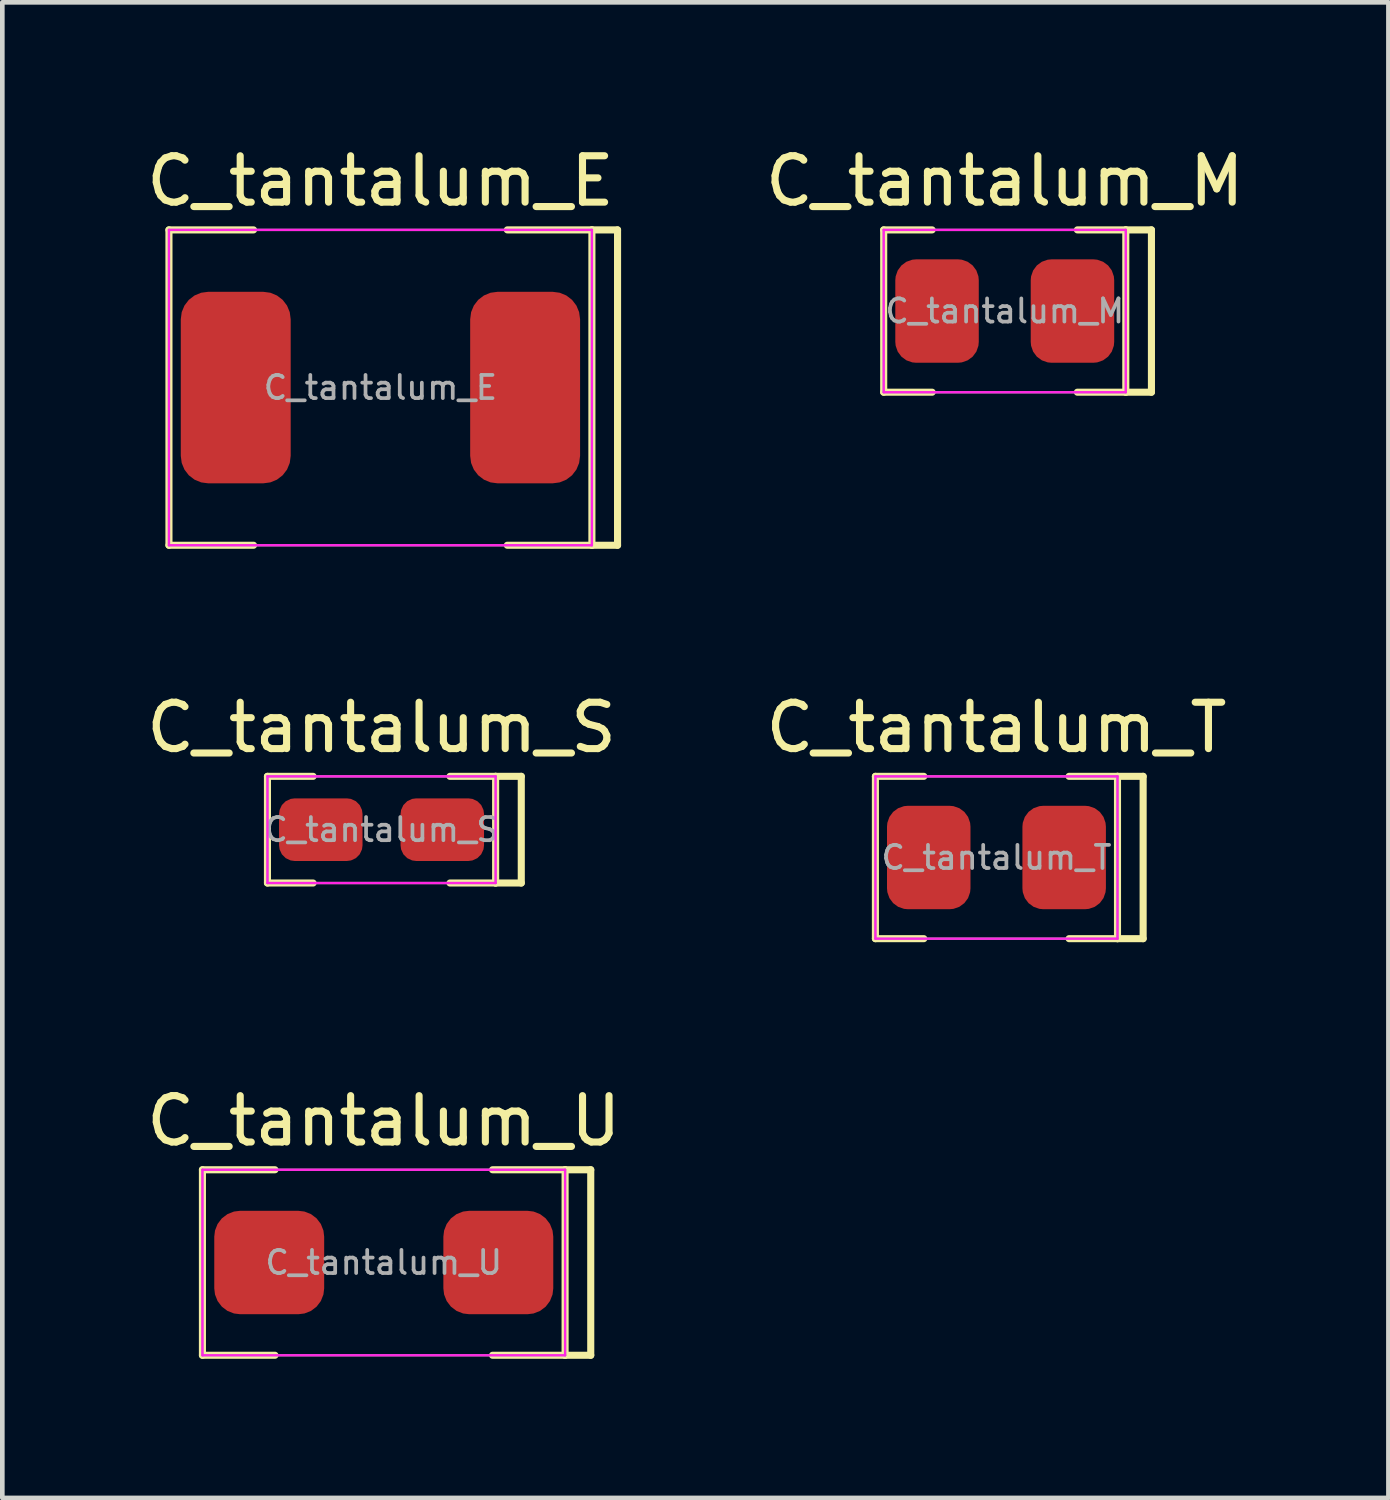
<source format=kicad_pcb>
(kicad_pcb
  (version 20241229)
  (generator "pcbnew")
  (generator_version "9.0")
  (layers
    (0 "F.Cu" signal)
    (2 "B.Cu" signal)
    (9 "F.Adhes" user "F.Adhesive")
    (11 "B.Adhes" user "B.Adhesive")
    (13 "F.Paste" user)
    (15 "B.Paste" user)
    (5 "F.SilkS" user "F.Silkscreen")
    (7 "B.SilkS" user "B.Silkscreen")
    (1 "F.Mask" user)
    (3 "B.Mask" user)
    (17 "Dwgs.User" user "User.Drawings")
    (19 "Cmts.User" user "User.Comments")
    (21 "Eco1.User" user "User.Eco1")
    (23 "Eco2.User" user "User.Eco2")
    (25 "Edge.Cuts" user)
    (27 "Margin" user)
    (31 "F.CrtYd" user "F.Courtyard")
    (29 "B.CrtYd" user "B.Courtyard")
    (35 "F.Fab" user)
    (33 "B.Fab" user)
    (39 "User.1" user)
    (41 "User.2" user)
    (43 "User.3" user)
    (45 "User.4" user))
  (footprint "C_tantalum_S"
    (layer "F.Cu")
    (at 5.177 14.84)
    (property "Reference" "C_tantalum_S" (at 0 -2.203 0) (layer "F.SilkS") (effects (font (size 1 1) (thickness 0.153))))
    (attr smd)
    (fp_line (start -2.46 -1.15) (end -2.46 1.15) (stroke (width 0.153) (type default)) (layer "F.SilkS"))
    (fp_line (start -2.46 -1.15) (end -1.476 -1.15) (stroke (width 0.153) (type default)) (layer "F.SilkS"))
    (fp_line (start -2.46 1.15) (end -1.476 1.15) (stroke (width 0.153) (type default)) (layer "F.SilkS"))
    (fp_line (start 2.46 -1.15) (end 1.476 -1.15) (stroke (width 0.153) (type default)) (layer "F.SilkS"))
    (fp_line (start 2.46 -1.15) (end 2.46 1.15) (stroke (width 0.153) (type default)) (layer "F.SilkS"))
    (fp_line (start 2.46 -1.15) (end 3.013 -1.15) (stroke (width 0.153) (type default)) (layer "F.SilkS"))
    (fp_line (start 2.46 1.15) (end 1.476 1.15) (stroke (width 0.153) (type default)) (layer "F.SilkS"))
    (fp_line (start 2.46 1.15) (end 3.013 1.15) (stroke (width 0.153) (type default)) (layer "F.SilkS"))
    (fp_line (start 3.013 -1.15) (end 3.013 1.15) (stroke (width 0.153) (type default)) (layer "F.SilkS"))
    (fp_line (start -2.46 -1.15) (end 2.46 -1.15) (stroke (width 0.05) (type default)) (layer "F.CrtYd"))
    (fp_line (start -2.46 1.15) (end -2.46 -1.15) (stroke (width 0.05) (type default)) (layer "F.CrtYd"))
    (fp_line (start 2.46 -1.15) (end 2.46 1.15) (stroke (width 0.05) (type default)) (layer "F.CrtYd"))
    (fp_line (start 2.46 1.15) (end -2.46 1.15) (stroke (width 0.05) (type default)) (layer "F.CrtYd"))
    (fp_line (start -2.46 -1.15) (end 2.46 -1.15) (stroke (width 0.05) (type default)) (layer "F.Fab"))
    (fp_line (start -2.46 1.15) (end -2.46 -1.15) (stroke (width 0.05) (type default)) (layer "F.Fab"))
    (fp_line (start 2.46 -1.15) (end 2.46 1.15) (stroke (width 0.05) (type default)) (layer "F.Fab"))
    (fp_line (start 2.46 1.15) (end -2.46 1.15) (stroke (width 0.05) (type default)) (layer "F.Fab"))
    (fp_text user "${REFERENCE}" (at 0 0 0) (layer "F.Fab") (effects (font (size 0.5 0.5) (thickness 0.08))))
    (pad "N" smd roundrect (at -1.31 0) (size 1.8 1.35) (layers "F.Cu" "F.Mask" "F.Paste") (roundrect_rratio 0.25))
    (pad "P" smd roundrect (at 1.31 0) (size 1.8 1.35) (layers "F.Cu" "F.Mask" "F.Paste") (roundrect_rratio 0.25)))
  (footprint "C_tantalum_T"
    (layer "F.Cu")
    (at 18.436 15.44)
    (property "Reference" "C_tantalum_T" (at 0 -2.803 0) (layer "F.SilkS") (effects (font (size 1 1) (thickness 0.153))))
    (attr smd)
    (fp_line (start -2.61 -1.75) (end -2.61 1.75) (stroke (width 0.153) (type default)) (layer "F.SilkS"))
    (fp_line (start -2.61 -1.75) (end -1.566 -1.75) (stroke (width 0.153) (type default)) (layer "F.SilkS"))
    (fp_line (start -2.61 1.75) (end -1.566 1.75) (stroke (width 0.153) (type default)) (layer "F.SilkS"))
    (fp_line (start 2.61 -1.75) (end 1.566 -1.75) (stroke (width 0.153) (type default)) (layer "F.SilkS"))
    (fp_line (start 2.61 -1.75) (end 2.61 1.75) (stroke (width 0.153) (type default)) (layer "F.SilkS"))
    (fp_line (start 2.61 -1.75) (end 3.163 -1.75) (stroke (width 0.153) (type default)) (layer "F.SilkS"))
    (fp_line (start 2.61 1.75) (end 1.566 1.75) (stroke (width 0.153) (type default)) (layer "F.SilkS"))
    (fp_line (start 2.61 1.75) (end 3.163 1.75) (stroke (width 0.153) (type default)) (layer "F.SilkS"))
    (fp_line (start 3.163 -1.75) (end 3.163 1.75) (stroke (width 0.153) (type default)) (layer "F.SilkS"))
    (fp_line (start -2.61 -1.75) (end 2.61 -1.75) (stroke (width 0.05) (type default)) (layer "F.CrtYd"))
    (fp_line (start -2.61 1.75) (end -2.61 -1.75) (stroke (width 0.05) (type default)) (layer "F.CrtYd"))
    (fp_line (start 2.61 -1.75) (end 2.61 1.75) (stroke (width 0.05) (type default)) (layer "F.CrtYd"))
    (fp_line (start 2.61 1.75) (end -2.61 1.75) (stroke (width 0.05) (type default)) (layer "F.CrtYd"))
    (fp_line (start -2.61 -1.75) (end 2.61 -1.75) (stroke (width 0.05) (type default)) (layer "F.Fab"))
    (fp_line (start -2.61 1.75) (end -2.61 -1.75) (stroke (width 0.05) (type default)) (layer "F.Fab"))
    (fp_line (start 2.61 -1.75) (end 2.61 1.75) (stroke (width 0.05) (type default)) (layer "F.Fab"))
    (fp_line (start 2.61 1.75) (end -2.61 1.75) (stroke (width 0.05) (type default)) (layer "F.Fab"))
    (fp_text user "${REFERENCE}" (at 0 0 0) (layer "F.Fab") (effects (font (size 0.5 0.5) (thickness 0.08))))
    (pad "N" smd roundrect (at -1.46 0) (size 1.8 2.23) (layers "F.Cu" "F.Mask" "F.Paste") (roundrect_rratio 0.25))
    (pad "P" smd roundrect (at 1.46 0) (size 1.8 2.23) (layers "F.Cu" "F.Mask" "F.Paste") (roundrect_rratio 0.25)))
  (footprint "C_tantalum_E"
    (layer "F.Cu")
    (at 5.153 5.307)
    (property "Reference" "C_tantalum_E" (at 0 -4.453 0) (layer "F.SilkS") (effects (font (size 1 1) (thickness 0.153))))
    (attr smd)
    (fp_line (start -4.56 -3.4) (end -4.56 3.4) (stroke (width 0.153) (type default)) (layer "F.SilkS"))
    (fp_line (start -4.56 -3.4) (end -2.736 -3.4) (stroke (width 0.153) (type default)) (layer "F.SilkS"))
    (fp_line (start -4.56 3.4) (end -2.736 3.4) (stroke (width 0.153) (type default)) (layer "F.SilkS"))
    (fp_line (start 4.56 -3.4) (end 2.736 -3.4) (stroke (width 0.153) (type default)) (layer "F.SilkS"))
    (fp_line (start 4.56 -3.4) (end 4.56 3.4) (stroke (width 0.153) (type default)) (layer "F.SilkS"))
    (fp_line (start 4.56 -3.4) (end 5.113 -3.4) (stroke (width 0.153) (type default)) (layer "F.SilkS"))
    (fp_line (start 4.56 3.4) (end 2.736 3.4) (stroke (width 0.153) (type default)) (layer "F.SilkS"))
    (fp_line (start 4.56 3.4) (end 5.113 3.4) (stroke (width 0.153) (type default)) (layer "F.SilkS"))
    (fp_line (start 5.113 -3.4) (end 5.113 3.4) (stroke (width 0.153) (type default)) (layer "F.SilkS"))
    (fp_line (start -4.56 -3.4) (end 4.56 -3.4) (stroke (width 0.05) (type default)) (layer "F.CrtYd"))
    (fp_line (start -4.56 3.4) (end -4.56 -3.4) (stroke (width 0.05) (type default)) (layer "F.CrtYd"))
    (fp_line (start 4.56 -3.4) (end 4.56 3.4) (stroke (width 0.05) (type default)) (layer "F.CrtYd"))
    (fp_line (start 4.56 3.4) (end -4.56 3.4) (stroke (width 0.05) (type default)) (layer "F.CrtYd"))
    (fp_line (start -4.56 -3.4) (end 4.56 -3.4) (stroke (width 0.05) (type default)) (layer "F.Fab"))
    (fp_line (start -4.56 3.4) (end -4.56 -3.4) (stroke (width 0.05) (type default)) (layer "F.Fab"))
    (fp_line (start 4.56 -3.4) (end 4.56 3.4) (stroke (width 0.05) (type default)) (layer "F.Fab"))
    (fp_line (start 4.56 3.4) (end -4.56 3.4) (stroke (width 0.05) (type default)) (layer "F.Fab"))
    (fp_text user "${REFERENCE}" (at 0 0 0) (layer "F.Fab") (effects (font (size 0.5 0.5) (thickness 0.08))))
    (pad "N" smd roundrect (at -3.12 0) (size 2.37 4.13) (layers "F.Cu" "F.Mask" "F.Paste") (roundrect_rratio 0.25))
    (pad "P" smd roundrect (at 3.12 0) (size 2.37 4.13) (layers "F.Cu" "F.Mask" "F.Paste") (roundrect_rratio 0.25)))
  (footprint "C_tantalum_U"
    (layer "F.Cu")
    (at 5.225 24.173)
    (property "Reference" "C_tantalum_U" (at 0 -3.053 0) (layer "F.SilkS") (effects (font (size 1 1) (thickness 0.153))))
    (attr smd)
    (fp_line (start -3.91 -2) (end -3.91 2) (stroke (width 0.153) (type default)) (layer "F.SilkS"))
    (fp_line (start -3.91 -2) (end -2.346 -2) (stroke (width 0.153) (type default)) (layer "F.SilkS"))
    (fp_line (start -3.91 2) (end -2.346 2) (stroke (width 0.153) (type default)) (layer "F.SilkS"))
    (fp_line (start 3.91 -2) (end 2.346 -2) (stroke (width 0.153) (type default)) (layer "F.SilkS"))
    (fp_line (start 3.91 -2) (end 3.91 2) (stroke (width 0.153) (type default)) (layer "F.SilkS"))
    (fp_line (start 3.91 -2) (end 4.463 -2) (stroke (width 0.153) (type default)) (layer "F.SilkS"))
    (fp_line (start 3.91 2) (end 2.346 2) (stroke (width 0.153) (type default)) (layer "F.SilkS"))
    (fp_line (start 3.91 2) (end 4.463 2) (stroke (width 0.153) (type default)) (layer "F.SilkS"))
    (fp_line (start 4.463 -2) (end 4.463 2) (stroke (width 0.153) (type default)) (layer "F.SilkS"))
    (fp_line (start -3.91 -2) (end 3.91 -2) (stroke (width 0.05) (type default)) (layer "F.CrtYd"))
    (fp_line (start -3.91 2) (end -3.91 -2) (stroke (width 0.05) (type default)) (layer "F.CrtYd"))
    (fp_line (start 3.91 -2) (end 3.91 2) (stroke (width 0.05) (type default)) (layer "F.CrtYd"))
    (fp_line (start 3.91 2) (end -3.91 2) (stroke (width 0.05) (type default)) (layer "F.CrtYd"))
    (fp_line (start -3.91 -2) (end 3.91 -2) (stroke (width 0.05) (type default)) (layer "F.Fab"))
    (fp_line (start -3.91 2) (end -3.91 -2) (stroke (width 0.05) (type default)) (layer "F.Fab"))
    (fp_line (start 3.91 -2) (end 3.91 2) (stroke (width 0.05) (type default)) (layer "F.Fab"))
    (fp_line (start 3.91 2) (end -3.91 2) (stroke (width 0.05) (type default)) (layer "F.Fab"))
    (fp_text user "${REFERENCE}" (at 0 0 0) (layer "F.Fab") (effects (font (size 0.5 0.5) (thickness 0.08))))
    (pad "N" smd roundrect (at -2.47 0) (size 2.37 2.23) (layers "F.Cu" "F.Mask" "F.Paste") (roundrect_rratio 0.25))
    (pad "P" smd roundrect (at 2.47 0) (size 2.37 2.23) (layers "F.Cu" "F.Mask" "F.Paste") (roundrect_rratio 0.25)))
  (footprint "C_tantalum_M"
    (layer "F.Cu")
    (at 18.615 3.657)
    (property "Reference" "C_tantalum_M" (at 0 -2.803 0) (layer "F.SilkS") (effects (font (size 1 1) (thickness 0.153))))
    (attr smd)
    (fp_line (start -2.61 -1.75) (end -2.61 1.75) (stroke (width 0.153) (type default)) (layer "F.SilkS"))
    (fp_line (start -2.61 -1.75) (end -1.566 -1.75) (stroke (width 0.153) (type default)) (layer "F.SilkS"))
    (fp_line (start -2.61 1.75) (end -1.566 1.75) (stroke (width 0.153) (type default)) (layer "F.SilkS"))
    (fp_line (start 2.61 -1.75) (end 1.566 -1.75) (stroke (width 0.153) (type default)) (layer "F.SilkS"))
    (fp_line (start 2.61 -1.75) (end 2.61 1.75) (stroke (width 0.153) (type default)) (layer "F.SilkS"))
    (fp_line (start 2.61 -1.75) (end 3.163 -1.75) (stroke (width 0.153) (type default)) (layer "F.SilkS"))
    (fp_line (start 2.61 1.75) (end 1.566 1.75) (stroke (width 0.153) (type default)) (layer "F.SilkS"))
    (fp_line (start 2.61 1.75) (end 3.163 1.75) (stroke (width 0.153) (type default)) (layer "F.SilkS"))
    (fp_line (start 3.163 -1.75) (end 3.163 1.75) (stroke (width 0.153) (type default)) (layer "F.SilkS"))
    (fp_line (start -2.61 -1.75) (end 2.61 -1.75) (stroke (width 0.05) (type default)) (layer "F.CrtYd"))
    (fp_line (start -2.61 1.75) (end -2.61 -1.75) (stroke (width 0.05) (type default)) (layer "F.CrtYd"))
    (fp_line (start 2.61 -1.75) (end 2.61 1.75) (stroke (width 0.05) (type default)) (layer "F.CrtYd"))
    (fp_line (start 2.61 1.75) (end -2.61 1.75) (stroke (width 0.05) (type default)) (layer "F.CrtYd"))
    (fp_line (start -2.61 -1.75) (end 2.61 -1.75) (stroke (width 0.05) (type default)) (layer "F.Fab"))
    (fp_line (start -2.61 1.75) (end -2.61 -1.75) (stroke (width 0.05) (type default)) (layer "F.Fab"))
    (fp_line (start 2.61 -1.75) (end 2.61 1.75) (stroke (width 0.05) (type default)) (layer "F.Fab"))
    (fp_line (start 2.61 1.75) (end -2.61 1.75) (stroke (width 0.05) (type default)) (layer "F.Fab"))
    (fp_text user "${REFERENCE}" (at 0 0 0) (layer "F.Fab") (effects (font (size 0.5 0.5) (thickness 0.08))))
    (pad "N" smd roundrect (at -1.46 0) (size 1.8 2.23) (layers "F.Cu" "F.Mask" "F.Paste") (roundrect_rratio 0.25))
    (pad "P" smd roundrect (at 1.46 0) (size 1.8 2.23) (layers "F.Cu" "F.Mask" "F.Paste") (roundrect_rratio 0.25)))
  (gr_rect
    (start -3 -3)
    (end 26.888 29.249)
    (stroke (width 0.1) (type default))
    (fill no)
    (layer "Edge.Cuts")))
</source>
